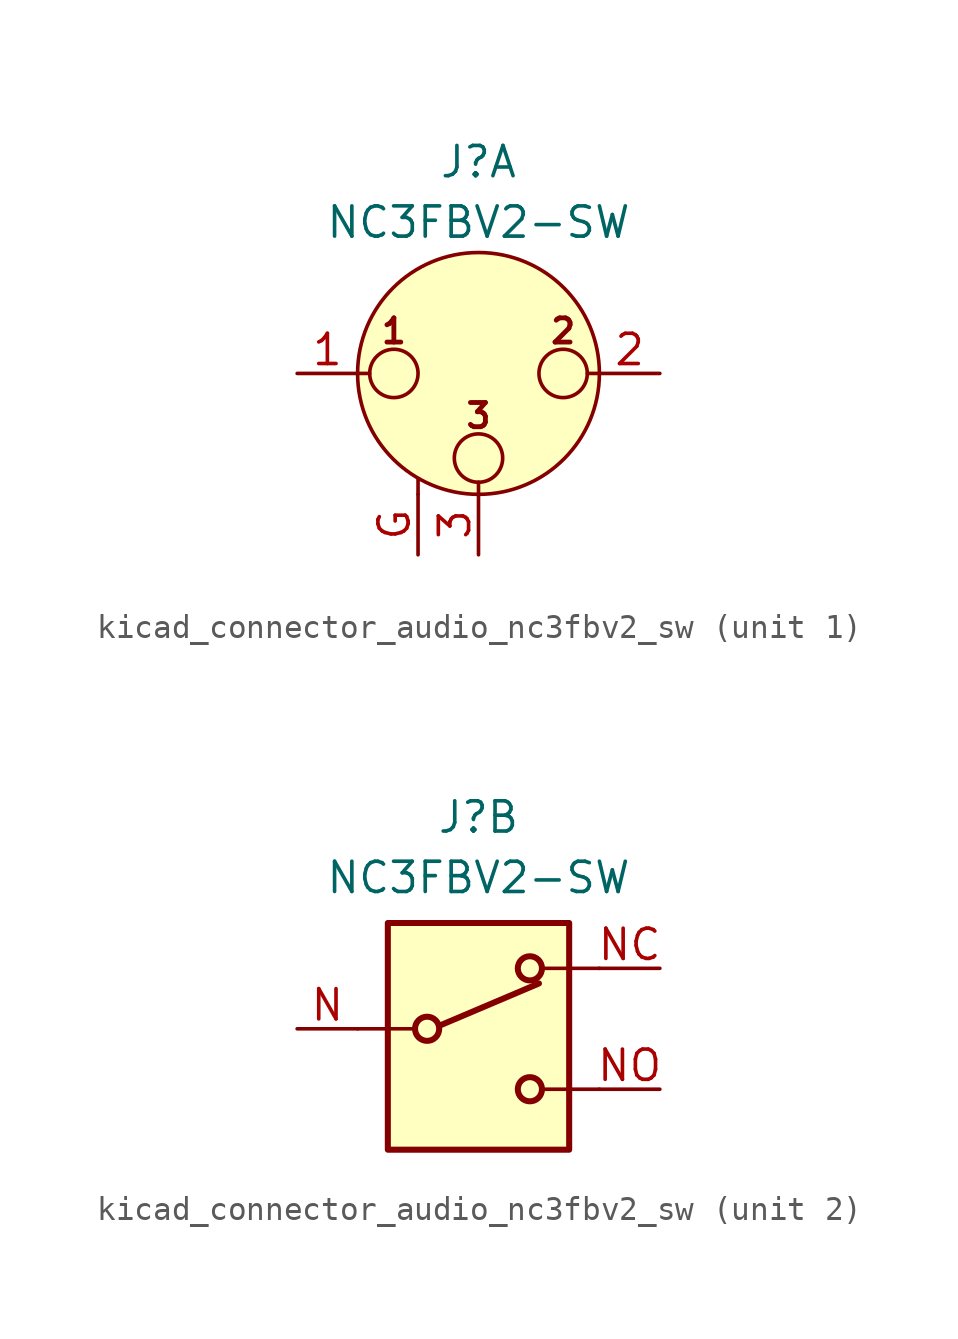
<source format=kicad_sym>
(kicad_symbol_lib
  (version 20220914)
  (generator kicad_symbol_editor)
  (symbol "kicad_connector_audio_nc3fbv2_sw"
    (pin_names hide)
    (property "Reference" "J"
      (at 0 8.89 0)
      (effects (font (size 1.27 1.27))))
    (property "Value" "NC3FBV2-SW"
      (at 0 6.35 0)
      (effects (font (size 1.27 1.27))))
    (symbol "kicad_connector_audio_nc3fbv2_sw_1_1"
      (circle (center -3.556 0) (radius 1.016) (stroke (width 0) (type default)) (fill (type none)))
      (circle (center 0 -3.556) (radius 1.016) (stroke (width 0) (type default)) (fill (type none)))
      (polyline (pts (xy -5.08 0) (xy -4.572 0)) (stroke (width 0) (type default)) (fill (type none)))
      (polyline (pts (xy -2.54 -5.08) (xy -2.54 -4.445)) (stroke (width 0) (type default)) (fill (type none)))
      (polyline (pts (xy 0 -5.08) (xy 0 -4.572)) (stroke (width 0) (type default)) (fill (type none)))
      (polyline (pts (xy 5.08 0) (xy 4.572 0)) (stroke (width 0) (type default)) (fill (type none)))
      (circle (center 0 0) (radius 5.08) (stroke (width 0) (type default)) (fill (type background)))
      (circle (center 3.556 0) (radius 1.016) (stroke (width 0) (type default)) (fill (type none)))
      (text "1" (at -3.556 1.778 0) (effects (font (size 1.016 1.016) bold)))
      (text "2" (at 3.556 1.778 0) (effects (font (size 1.016 1.016) bold)))
      (text "3" (at 0 -1.778 0) (effects (font (size 1.016 1.016) bold)))
      (pin passive line (at -7.62 0 0) (length 2.54) (name "~" (effects (font (size 1.27 1.27)))) (number "1" (effects (font (size 1.27 1.27)))))
      (pin passive line (at 7.62 0 180) (length 2.54) (name "~" (effects (font (size 1.27 1.27)))) (number "2" (effects (font (size 1.27 1.27)))))
      (pin passive line (at 0 -7.62 90) (length 2.54) (name "~" (effects (font (size 1.27 1.27)))) (number "3" (effects (font (size 1.27 1.27)))))
      (pin passive line (at -2.54 -7.62 90) (length 2.54) (name "~" (effects (font (size 1.27 1.27)))) (number "G" (effects (font (size 1.27 1.27))))))
    (symbol "kicad_connector_audio_nc3fbv2_sw_2_1"
      (rectangle (start -3.81 4.445) (end 3.81 -5.08) (stroke (width 0.254) (type default)) (fill (type background)))
      (circle (center -2.159 0) (radius 0.508) (stroke (width 0.254) (type default)) (fill (type none)))
      (polyline (pts (xy -5.08 0) (xy -2.794 0)) (stroke (width 0) (type default)) (fill (type none)))
      (polyline (pts (xy -1.651 0.127) (xy 2.54 1.905)) (stroke (width 0.254) (type default)) (fill (type none)))
      (polyline (pts (xy 5.08 -2.54) (xy 2.794 -2.54)) (stroke (width 0) (type default)) (fill (type none)))
      (polyline (pts (xy 5.08 2.54) (xy 2.794 2.54)) (stroke (width 0) (type default)) (fill (type none)))
      (circle (center 2.159 -2.54) (radius 0.508) (stroke (width 0.254) (type default)) (fill (type none)))
      (circle (center 2.159 2.54) (radius 0.508) (stroke (width 0.254) (type default)) (fill (type none)))
      (pin passive line (at -7.62 0 0) (length 2.54) (name "~" (effects (font (size 1.27 1.27)))) (number "N" (effects (font (size 1.27 1.27)))))
      (pin passive line (at 7.62 2.54 180) (length 2.54) (name "~" (effects (font (size 1.27 1.27)))) (number "NC" (effects (font (size 1.27 1.27)))))
      (pin passive line (at 7.62 -2.54 180) (length 2.54) (name "~" (effects (font (size 1.27 1.27)))) (number "NO" (effects (font (size 1.27 1.27))))))))
</source>
